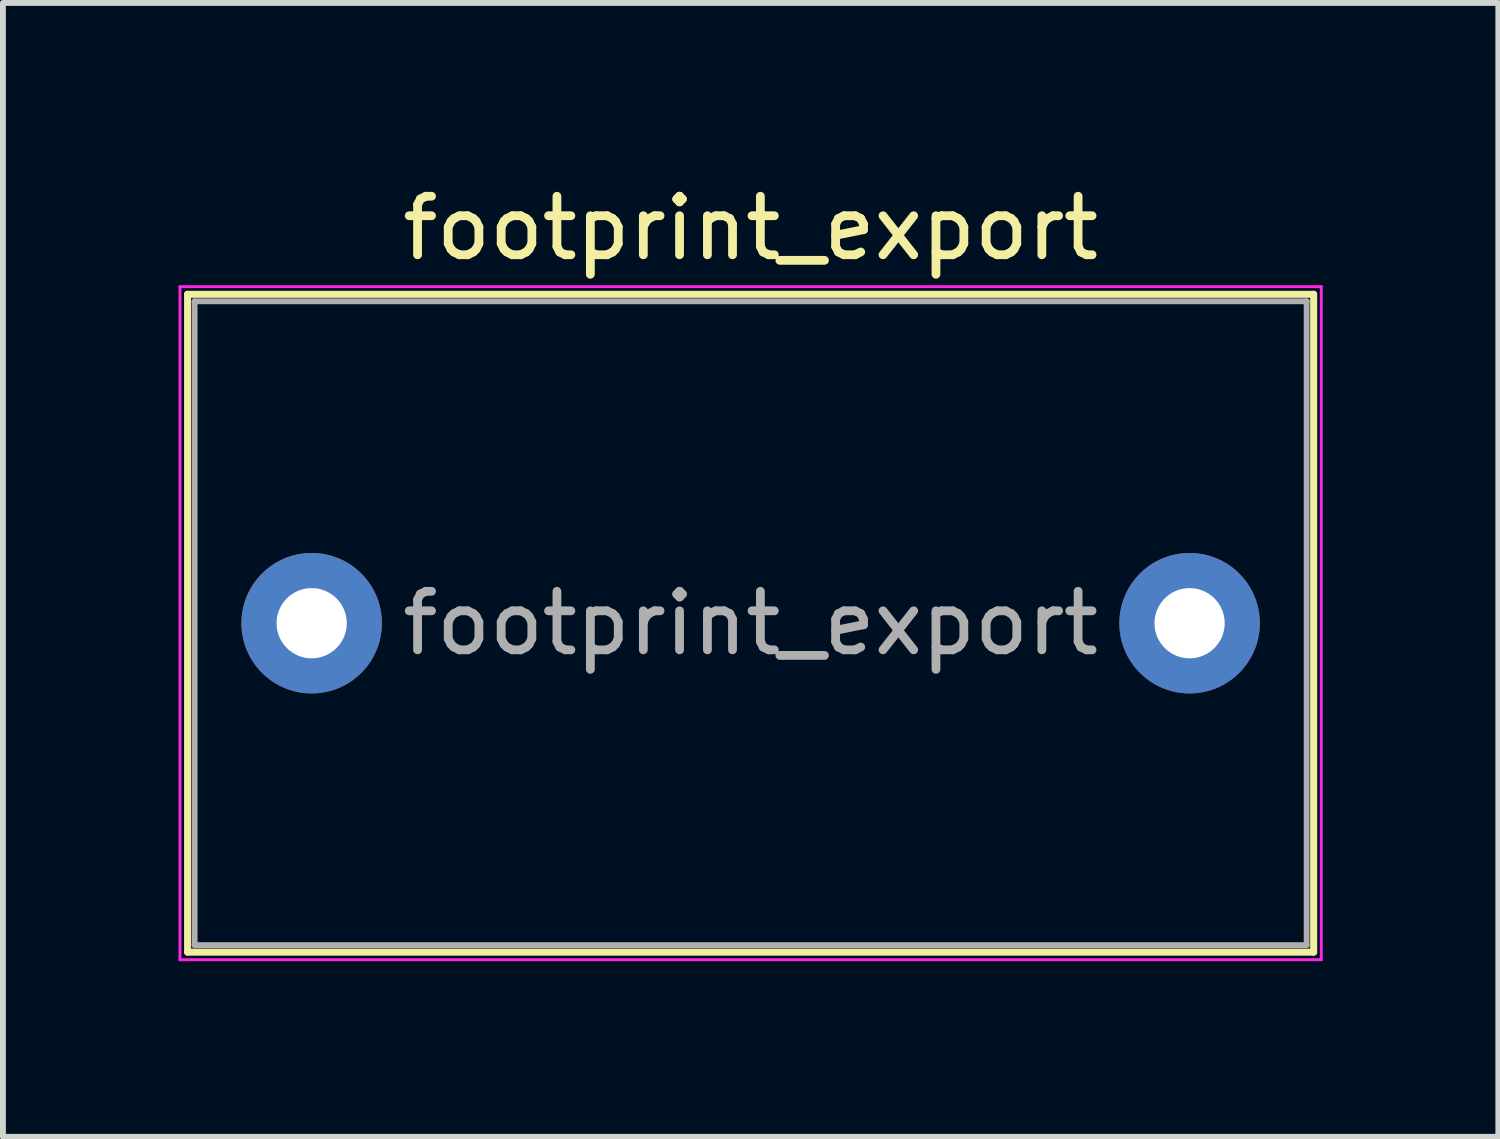
<source format=kicad_pcb>
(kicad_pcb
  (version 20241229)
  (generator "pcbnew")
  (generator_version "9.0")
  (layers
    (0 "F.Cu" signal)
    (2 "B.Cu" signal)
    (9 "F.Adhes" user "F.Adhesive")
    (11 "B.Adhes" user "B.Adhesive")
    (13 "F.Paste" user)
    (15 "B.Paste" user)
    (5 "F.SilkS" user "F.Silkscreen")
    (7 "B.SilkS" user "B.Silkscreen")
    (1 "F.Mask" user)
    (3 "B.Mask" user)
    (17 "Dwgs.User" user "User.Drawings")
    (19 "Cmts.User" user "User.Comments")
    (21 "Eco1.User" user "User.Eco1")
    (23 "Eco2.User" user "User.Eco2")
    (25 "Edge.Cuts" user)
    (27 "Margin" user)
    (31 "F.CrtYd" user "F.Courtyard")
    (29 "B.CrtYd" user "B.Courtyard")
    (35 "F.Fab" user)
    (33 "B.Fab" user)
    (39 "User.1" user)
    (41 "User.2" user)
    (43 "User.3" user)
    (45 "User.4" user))
  (footprint "footprint_export"
    (layer "F.Cu")
    (at 2.275 7.598)
    (property "Reference" "footprint_export" (at 7.5 -6.75 0) (layer "F.SilkS") (effects (font (size 1 1) (thickness 0.15))))
    (attr through_hole)
    (fp_line (start -2.12 -5.62) (end -2.12 5.62) (stroke (width 0.12) (type solid)) (layer "F.SilkS"))
    (fp_line (start -2.12 -5.62) (end 17.12 -5.62) (stroke (width 0.12) (type solid)) (layer "F.SilkS"))
    (fp_line (start -2.12 5.62) (end 17.12 5.62) (stroke (width 0.12) (type solid)) (layer "F.SilkS"))
    (fp_line (start 17.12 -5.62) (end 17.12 5.62) (stroke (width 0.12) (type solid)) (layer "F.SilkS"))
    (fp_line (start -2.25 -5.75) (end -2.25 5.75) (stroke (width 0.05) (type solid)) (layer "F.CrtYd"))
    (fp_line (start -2.25 5.75) (end 17.25 5.75) (stroke (width 0.05) (type solid)) (layer "F.CrtYd"))
    (fp_line (start 17.25 -5.75) (end -2.25 -5.75) (stroke (width 0.05) (type solid)) (layer "F.CrtYd"))
    (fp_line (start 17.25 5.75) (end 17.25 -5.75) (stroke (width 0.05) (type solid)) (layer "F.CrtYd"))
    (fp_line (start -2 -5.5) (end -2 5.5) (stroke (width 0.1) (type solid)) (layer "F.Fab"))
    (fp_line (start -2 5.5) (end 17 5.5) (stroke (width 0.1) (type solid)) (layer "F.Fab"))
    (fp_line (start 17 -5.5) (end -2 -5.5) (stroke (width 0.1) (type solid)) (layer "F.Fab"))
    (fp_line (start 17 5.5) (end 17 -5.5) (stroke (width 0.1) (type solid)) (layer "F.Fab"))
    (fp_text user "${REFERENCE}" (at 7.5 0 0) (layer "F.Fab") (effects (font (size 1 1) (thickness 0.15))))
    (pad "1" thru_hole circle (at 0 0) (size 2.4 2.4) (drill 1.2) (layers "*.Cu" "*.Mask"))
    (pad "2" thru_hole circle (at 15 0) (size 2.4 2.4) (drill 1.2) (layers "*.Cu" "*.Mask")))
  (gr_rect
    (start -3 -3)
    (end 22.55 16.373)
    (stroke (width 0.1) (type default))
    (fill no)
    (layer "Edge.Cuts")))
</source>
